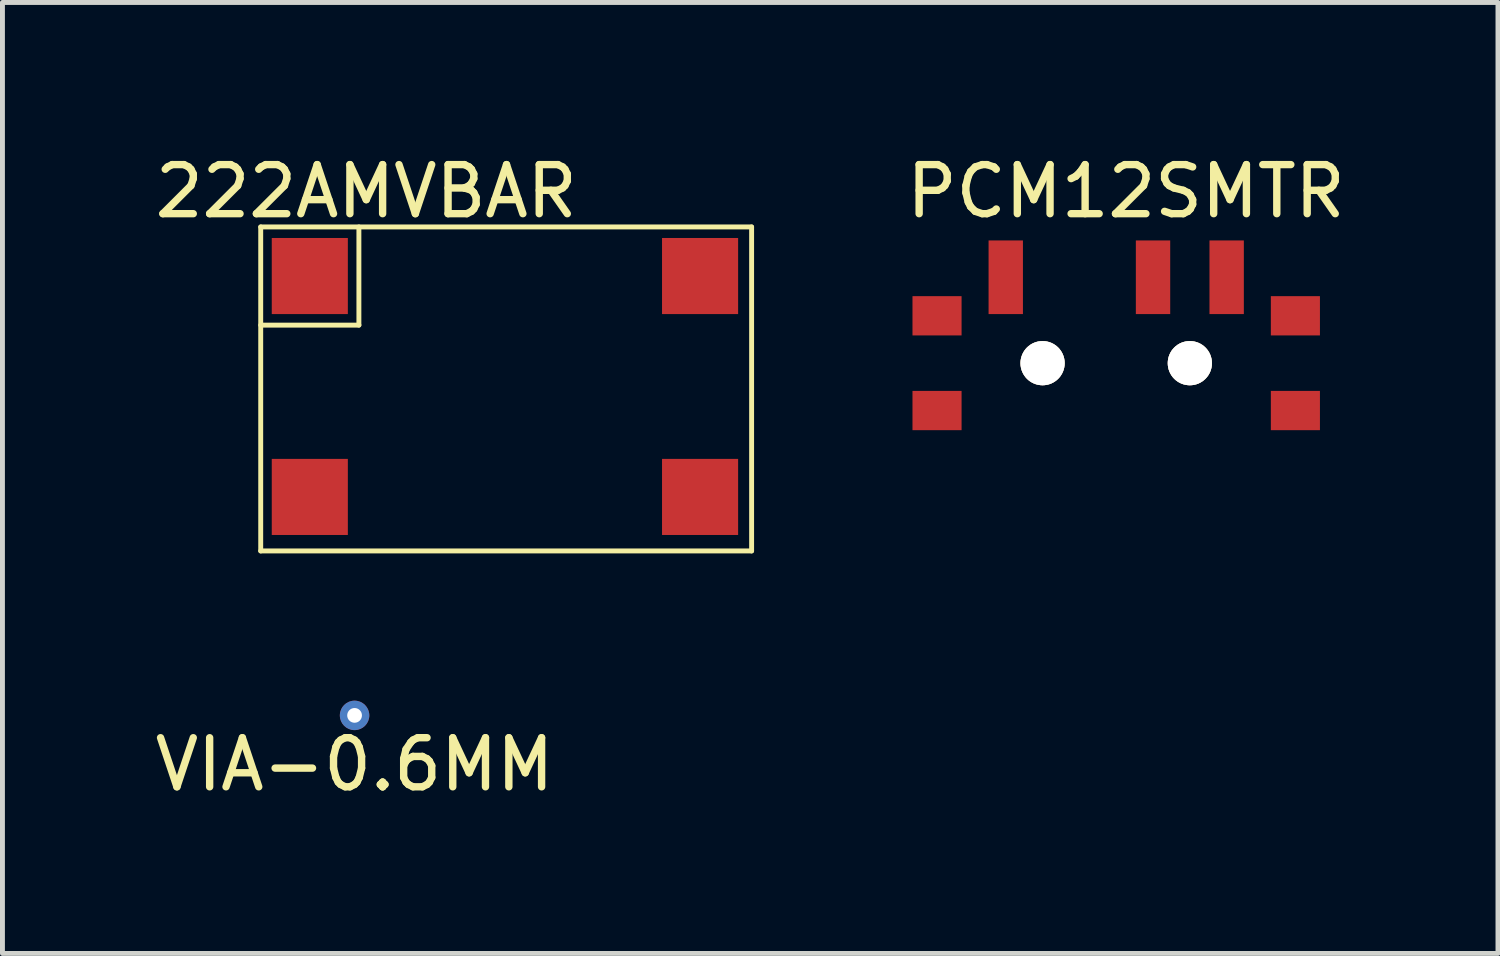
<source format=kicad_pcb>
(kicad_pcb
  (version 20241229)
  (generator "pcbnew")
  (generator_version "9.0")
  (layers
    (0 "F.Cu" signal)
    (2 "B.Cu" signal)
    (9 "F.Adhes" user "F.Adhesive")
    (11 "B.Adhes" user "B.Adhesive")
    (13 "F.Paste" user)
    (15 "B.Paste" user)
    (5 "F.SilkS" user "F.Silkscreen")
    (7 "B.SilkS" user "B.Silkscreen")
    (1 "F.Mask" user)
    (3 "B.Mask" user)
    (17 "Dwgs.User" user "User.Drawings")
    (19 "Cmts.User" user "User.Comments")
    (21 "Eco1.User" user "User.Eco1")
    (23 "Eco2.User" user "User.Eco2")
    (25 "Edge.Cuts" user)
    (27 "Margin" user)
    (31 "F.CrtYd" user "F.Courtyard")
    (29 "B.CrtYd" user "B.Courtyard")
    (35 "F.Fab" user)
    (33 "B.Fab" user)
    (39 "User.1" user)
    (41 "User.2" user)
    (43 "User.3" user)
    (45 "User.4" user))
  (footprint "PCM12SMTR"
    (layer "F.Cu")
    (at 17.438 2.598)
    (property "Reference" "PCM12SMTR" (at 2.45 -1.75 0) (layer "F.SilkS") (effects (font (size 1 1) (thickness 0.15))))
    (attr through_hole)
    (pad "" smd rect (at -1.4 0.785) (size 1 0.8) (layers "F.Cu" "F.Mask" "F.Paste"))
    (pad "" smd rect (at -1.4 2.715) (size 1 0.8) (layers "F.Cu" "F.Mask" "F.Paste"))
    (pad "" thru_hole circle (at 0.75 1.75) (size 0.9 0.9) (drill 0.9) (layers "*.Cu" "*.Mask" "F.SilkS"))
    (pad "" thru_hole circle (at 3.75 1.75) (size 0.9 0.9) (drill 0.9) (layers "*.Cu" "*.Mask" "F.SilkS"))
    (pad "" smd rect (at 5.9 0.785) (size 1 0.8) (layers "F.Cu" "F.Mask" "F.Paste"))
    (pad "" smd rect (at 5.9 2.715) (size 1 0.8) (layers "F.Cu" "F.Mask" "F.Paste"))
    (pad "1" smd rect (at 0 0) (size 0.7 1.5) (layers "F.Cu" "F.Mask" "F.Paste"))
    (pad "2" smd rect (at 3 0) (size 0.7 1.5) (layers "F.Cu" "F.Mask" "F.Paste"))
    (pad "3" smd rect (at 4.5 0) (size 0.7 1.5) (layers "F.Cu" "F.Mask" "F.Paste")))
  (footprint "222AMVBAR"
    (layer "F.Cu")
    (at 3.261 2.573)
    (property "Reference" "222AMVBAR" (at 1.15 -1.725 0) (layer "F.SilkS") (effects (font (size 1 1) (thickness 0.15))))
    (attr through_hole)
    (fp_line (start -1 -1) (end 9 -1) (stroke (width 0.1) (type solid)) (layer "F.SilkS"))
    (fp_line (start -1 5.6) (end -1 -1) (stroke (width 0.1) (type solid)) (layer "F.SilkS"))
    (fp_line (start 1 -1) (end 1 1) (stroke (width 0.1) (type solid)) (layer "F.SilkS"))
    (fp_line (start 1 1) (end -1 1) (stroke (width 0.1) (type solid)) (layer "F.SilkS"))
    (fp_line (start 9 -1) (end 9 5.6) (stroke (width 0.1) (type solid)) (layer "F.SilkS"))
    (fp_line (start 9 5.6) (end -1 5.6) (stroke (width 0.1) (type solid)) (layer "F.SilkS"))
    (pad "1" smd rect (at 0 0) (size 1.55 1.55) (layers "F.Cu" "F.Mask" "F.Paste"))
    (pad "2" smd rect (at 0 4.5) (size 1.55 1.55) (layers "F.Cu" "F.Mask" "F.Paste"))
    (pad "3" smd rect (at 7.95 0) (size 1.55 1.55) (layers "F.Cu" "F.Mask" "F.Paste"))
    (pad "4" smd rect (at 7.95 4.5) (size 1.55 1.55) (layers "F.Cu" "F.Mask" "F.Paste")))
  (footprint "VIA-0.6MM"
    (layer "F.Cu")
    (at 4.173 11.523)
    (property "Reference" "VIA-0.6MM" (at 0 1 0) (layer "F.SilkS") (effects (font (size 1 1) (thickness 0.15))))
    (attr through_hole)
    (pad "1" thru_hole circle (at 0 0) (size 0.6 0.6) (drill 0.3) (layers "*.Cu" "B.Mask")))
  (gr_rect
    (start -3 -3)
    (end 27.465 16.372)
    (stroke (width 0.1) (type default))
    (fill no)
    (layer "Edge.Cuts")))
</source>
